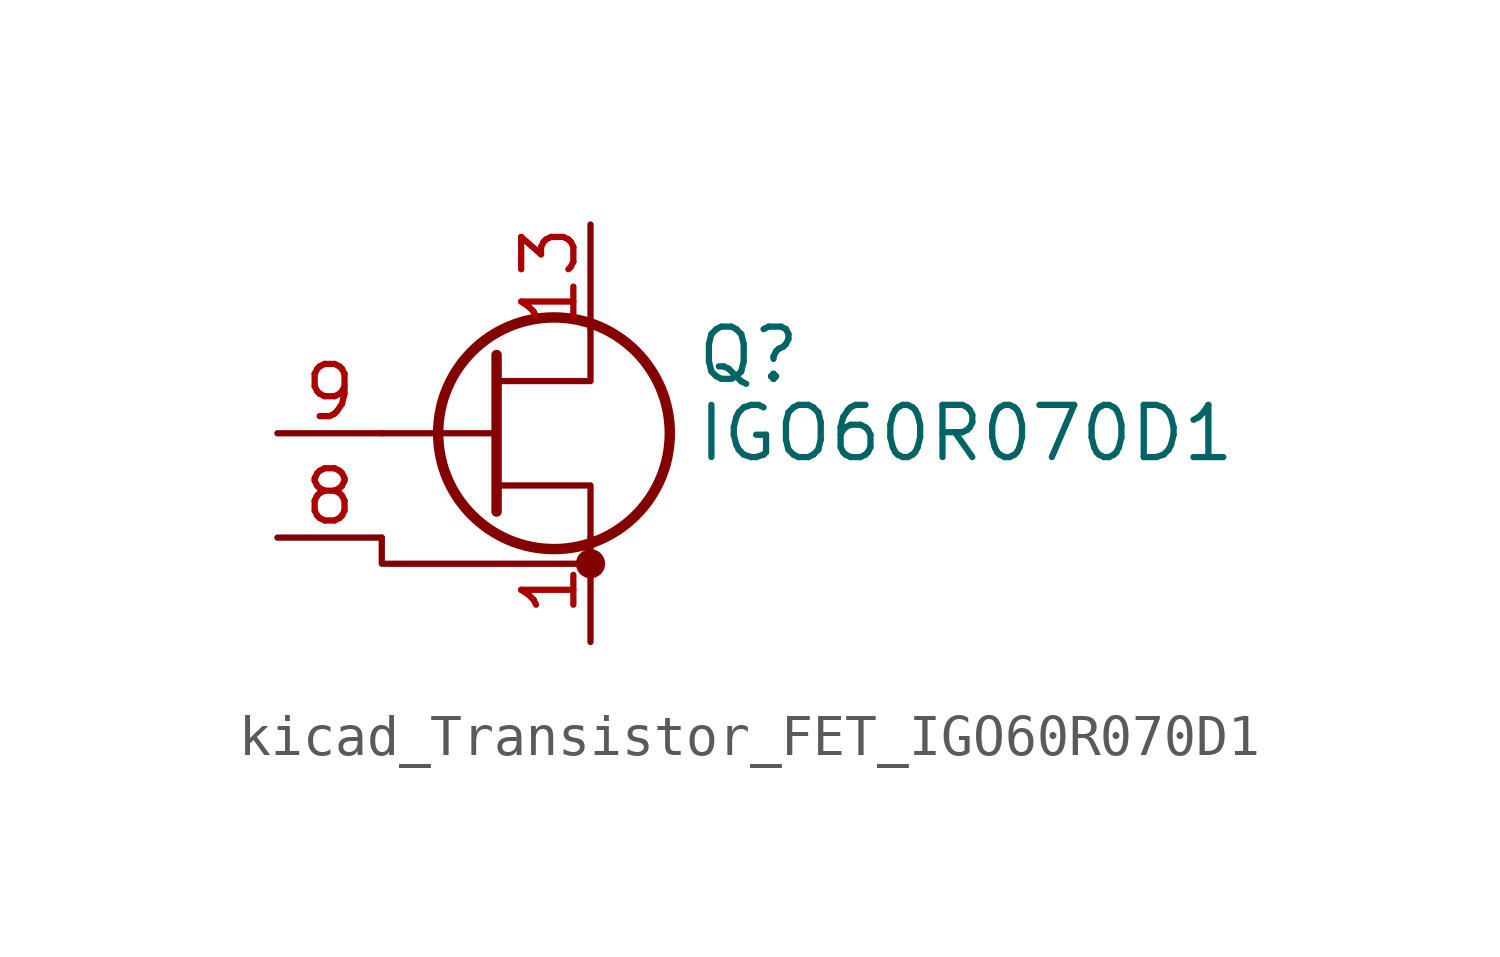
<source format=kicad_sym>
(kicad_symbol_lib
  (version 20220914)
  (generator kicad_symbol_editor)
  (symbol "kicad_Transistor_FET_IGO60R070D1"
    (pin_names
      (offset 0) hide)
    (property "Reference" "Q"
      (at 5.08 1.905 0)
      (effects (font (size 1.27 1.27)) (justify left)))
    (property "Value" "IGO60R070D1"
      (at 5.08 0 0)
      (effects (font (size 1.27 1.27)) (justify left)))
    (symbol "kicad_Transistor_FET_IGO60R070D1_0_1"
      (polyline (pts (xy -2.54 0) (xy 0.254 0)) (stroke (width 0) (type default)) (fill (type none)))
      (polyline (pts (xy -2.54 -2.54) (xy -2.54 -3.175) (xy 2.54 -3.175)) (stroke (width 0) (type default)) (fill (type none)))
      (polyline (pts (xy 0.254 -1.27) (xy 2.54 -1.27) (xy 2.54 -2.54)) (stroke (width 0) (type default)) (fill (type none)))
      (polyline (pts (xy 0.254 1.905) (xy 0.254 -1.905) (xy 0.254 -1.905)) (stroke (width 0.254) (type default)) (fill (type none)))
      (polyline (pts (xy 2.54 2.54) (xy 2.54 1.27) (xy 0.254 1.27)) (stroke (width 0) (type default)) (fill (type none)))
      (circle (center 1.651 0) (radius 2.819) (stroke (width 0.254) (type default)) (fill (type none)))
      (circle (center 2.54 -3.175) (radius 0.279) (stroke (width 0) (type default)) (fill (type outline))))
    (symbol "kicad_Transistor_FET_IGO60R070D1_1_1"
      (pin passive line (at 2.54 -5.08 90) (length 2.54) (name "S" (effects (font (size 1.27 1.27)))) (number "1" (effects (font (size 1.27 1.27)))))
      (pin input line (at -5.08 0 0) (length 2.54) hide (name "G" (effects (font (size 1.27 1.27)))) (number "10" (effects (font (size 1.27 1.27)))))
      (pin passive line (at 2.54 5.08 270) (length 2.54) (name "D" (effects (font (size 1.27 1.27)))) (number "13" (effects (font (size 1.27 1.27)))))
      (pin passive line (at 2.54 5.08 270) (length 2.54) hide (name "D" (effects (font (size 1.27 1.27)))) (number "14" (effects (font (size 1.27 1.27)))))
      (pin passive line (at 2.54 5.08 270) (length 2.54) hide (name "D" (effects (font (size 1.27 1.27)))) (number "15" (effects (font (size 1.27 1.27)))))
      (pin passive line (at 2.54 5.08 270) (length 2.54) hide (name "D" (effects (font (size 1.27 1.27)))) (number "16" (effects (font (size 1.27 1.27)))))
      (pin passive line (at 2.54 5.08 270) (length 2.54) hide (name "D" (effects (font (size 1.27 1.27)))) (number "17" (effects (font (size 1.27 1.27)))))
      (pin passive line (at 2.54 5.08 270) (length 2.54) hide (name "D" (effects (font (size 1.27 1.27)))) (number "18" (effects (font (size 1.27 1.27)))))
      (pin passive line (at 2.54 -5.08 90) (length 2.54) hide (name "S" (effects (font (size 1.27 1.27)))) (number "2" (effects (font (size 1.27 1.27)))))
      (pin passive line (at 2.54 -5.08 90) (length 2.54) hide (name "S" (effects (font (size 1.27 1.27)))) (number "21" (effects (font (size 1.27 1.27)))))
      (pin passive line (at 2.54 -5.08 90) (length 2.54) hide (name "S" (effects (font (size 1.27 1.27)))) (number "3" (effects (font (size 1.27 1.27)))))
      (pin passive line (at 2.54 -5.08 90) (length 2.54) hide (name "S" (effects (font (size 1.27 1.27)))) (number "4" (effects (font (size 1.27 1.27)))))
      (pin passive line (at 2.54 -5.08 90) (length 2.54) hide (name "S" (effects (font (size 1.27 1.27)))) (number "5" (effects (font (size 1.27 1.27)))))
      (pin passive line (at 2.54 -5.08 90) (length 2.54) hide (name "S" (effects (font (size 1.27 1.27)))) (number "6" (effects (font (size 1.27 1.27)))))
      (pin passive line (at 2.54 -5.08 90) (length 2.54) hide (name "S" (effects (font (size 1.27 1.27)))) (number "7" (effects (font (size 1.27 1.27)))))
      (pin passive line (at -5.08 -2.54 0) (length 2.54) (name "SS" (effects (font (size 1.27 1.27)))) (number "8" (effects (font (size 1.27 1.27)))))
      (pin input line (at -5.08 0 0) (length 2.54) (name "G" (effects (font (size 1.27 1.27)))) (number "9" (effects (font (size 1.27 1.27))))))))
</source>
